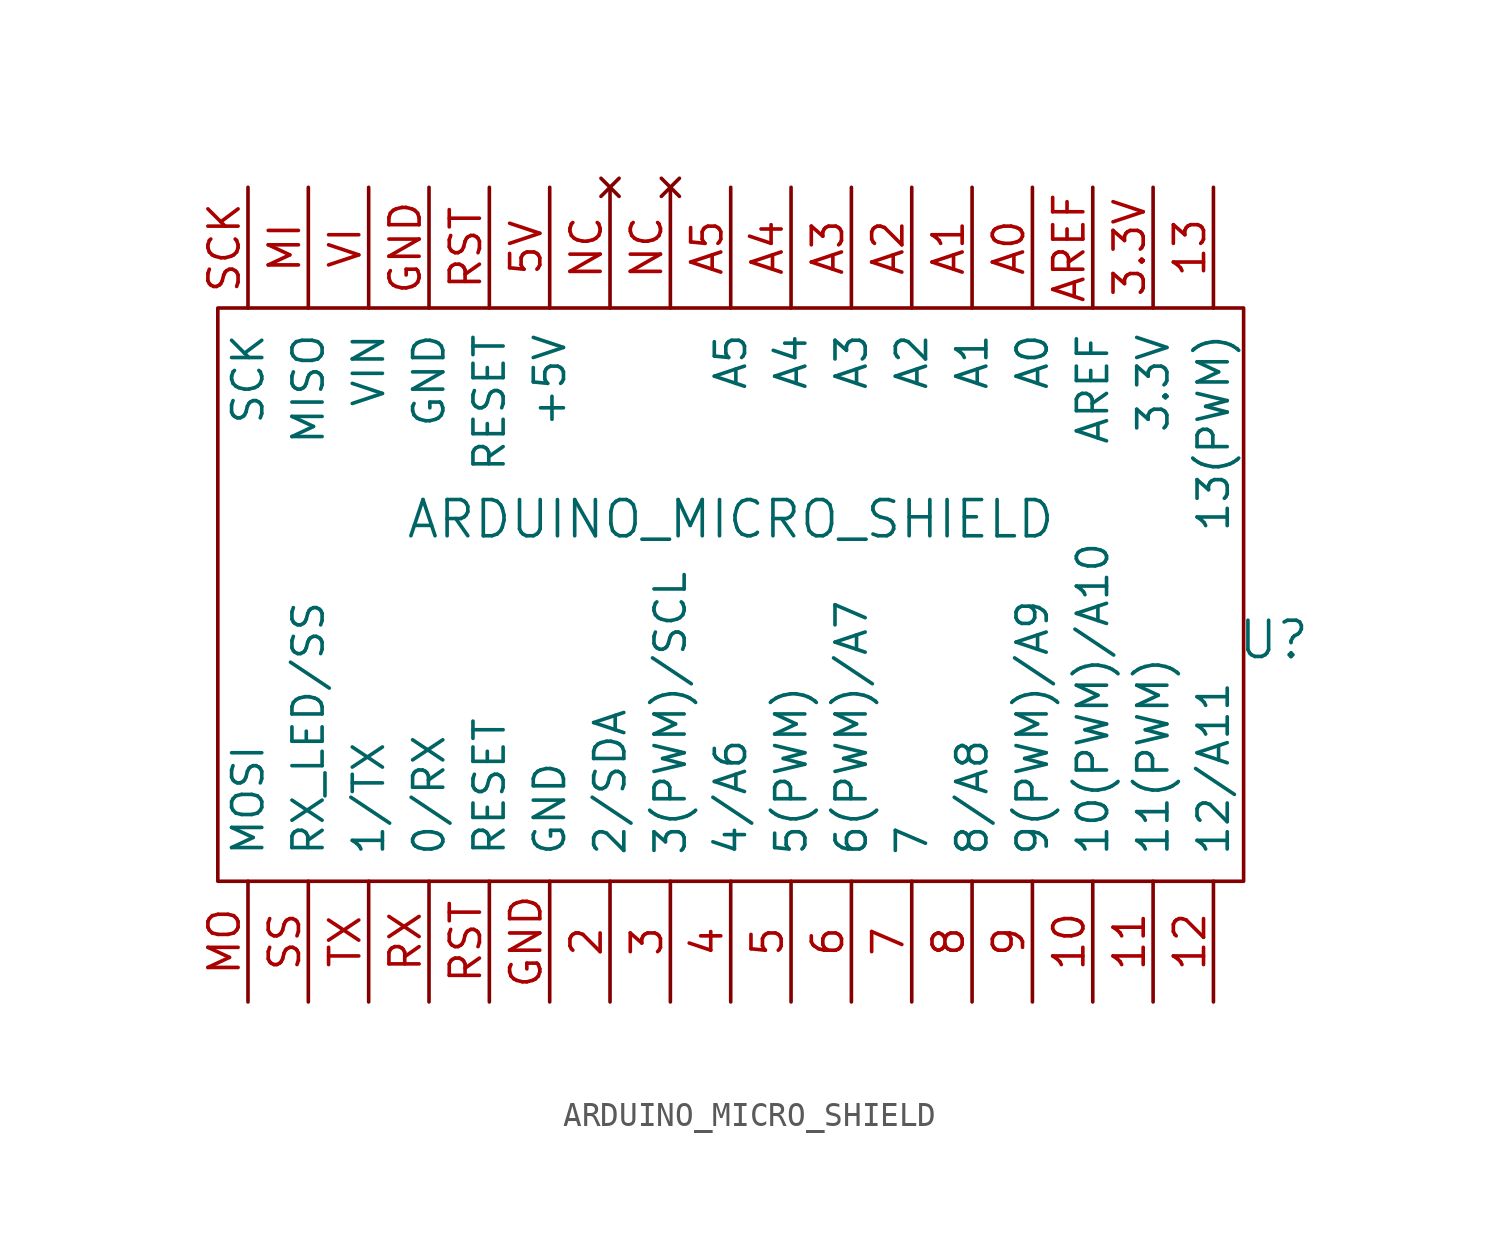
<source format=kicad_sym>
(kicad_symbol_lib
  (version 20211014)
  (generator kicad_symbol_editor)
  (symbol "ARDUINO_MICRO_SHIELD"
    (pin_names
      (offset 1.016))
    (property "Reference" "U"
      (at 44.45 10.16 0)
      (effects (font (size 1.524 1.524))))
    (property "Value" "ARDUINO_MICRO_SHIELD"
      (at 21.59 15.24 0)
      (effects (font (size 1.524 1.524))))
    (property "Footprint" ""
      (at 10.16 -1.27 0)
      (effects (font (size 1.524 1.524))))
    (property "Datasheet" ""
      (at 10.16 -1.27 0)
      (effects (font (size 1.524 1.524))))
    (symbol "ARDUINO_MICRO_SHIELD_0_1"
      (rectangle (start 0 0) (end 43.18 24.13) (stroke (width 0) (type default) (color 0 0 0 0)) (fill (type none))))
    (symbol "ARDUINO_MICRO_SHIELD_1_1"
      (pin bidirectional line (at 36.83 -5.08 90) (length 5.08) (name "10(PWM)/A10" (effects (font (size 1.27 1.27)))) (number "10" (effects (font (size 1.27 1.27)))))
      (pin bidirectional line (at 39.37 -5.08 90) (length 5.08) (name "11(PWM)" (effects (font (size 1.27 1.27)))) (number "11" (effects (font (size 1.27 1.27)))))
      (pin bidirectional line (at 41.91 -5.08 90) (length 5.08) (name "12/A11" (effects (font (size 1.27 1.27)))) (number "12" (effects (font (size 1.27 1.27)))))
      (pin bidirectional line (at 41.91 29.21 270) (length 5.08) (name "13(PWM)" (effects (font (size 1.27 1.27)))) (number "13" (effects (font (size 1.27 1.27)))))
      (pin bidirectional line (at 16.51 -5.08 90) (length 5.08) (name "2/SDA" (effects (font (size 1.27 1.27)))) (number "2" (effects (font (size 1.27 1.27)))))
      (pin bidirectional line (at 19.05 -5.08 90) (length 5.08) (name "3(PWM)/SCL" (effects (font (size 1.27 1.27)))) (number "3" (effects (font (size 1.27 1.27)))))
      (pin power_in line (at 39.37 29.21 270) (length 5.08) (name "3.3V" (effects (font (size 1.27 1.27)))) (number "3.3V" (effects (font (size 1.27 1.27)))))
      (pin bidirectional line (at 21.59 -5.08 90) (length 5.08) (name "4/A6" (effects (font (size 1.27 1.27)))) (number "4" (effects (font (size 1.27 1.27)))))
      (pin bidirectional line (at 24.13 -5.08 90) (length 5.08) (name "5(PWM)" (effects (font (size 1.27 1.27)))) (number "5" (effects (font (size 1.27 1.27)))))
      (pin power_in line (at 13.97 29.21 270) (length 5.08) (name "+5V" (effects (font (size 1.27 1.27)))) (number "5V" (effects (font (size 1.27 1.27)))))
      (pin bidirectional line (at 26.67 -5.08 90) (length 5.08) (name "6(PWM)/A7" (effects (font (size 1.27 1.27)))) (number "6" (effects (font (size 1.27 1.27)))))
      (pin bidirectional line (at 29.21 -5.08 90) (length 5.08) (name "7" (effects (font (size 1.27 1.27)))) (number "7" (effects (font (size 1.27 1.27)))))
      (pin bidirectional line (at 31.75 -5.08 90) (length 5.08) (name "8/A8" (effects (font (size 1.27 1.27)))) (number "8" (effects (font (size 1.27 1.27)))))
      (pin bidirectional line (at 34.29 -5.08 90) (length 5.08) (name "9(PWM)/A9" (effects (font (size 1.27 1.27)))) (number "9" (effects (font (size 1.27 1.27)))))
      (pin bidirectional line (at 34.29 29.21 270) (length 5.08) (name "A0" (effects (font (size 1.27 1.27)))) (number "A0" (effects (font (size 1.27 1.27)))))
      (pin bidirectional line (at 31.75 29.21 270) (length 5.08) (name "A1" (effects (font (size 1.27 1.27)))) (number "A1" (effects (font (size 1.27 1.27)))))
      (pin bidirectional line (at 29.21 29.21 270) (length 5.08) (name "A2" (effects (font (size 1.27 1.27)))) (number "A2" (effects (font (size 1.27 1.27)))))
      (pin bidirectional line (at 26.67 29.21 270) (length 5.08) (name "A3" (effects (font (size 1.27 1.27)))) (number "A3" (effects (font (size 1.27 1.27)))))
      (pin bidirectional line (at 24.13 29.21 270) (length 5.08) (name "A4" (effects (font (size 1.27 1.27)))) (number "A4" (effects (font (size 1.27 1.27)))))
      (pin bidirectional line (at 21.59 29.21 270) (length 5.08) (name "A5" (effects (font (size 1.27 1.27)))) (number "A5" (effects (font (size 1.27 1.27)))))
      (pin power_in line (at 36.83 29.21 270) (length 5.08) (name "AREF" (effects (font (size 1.27 1.27)))) (number "AREF" (effects (font (size 1.27 1.27)))))
      (pin power_in line (at 8.89 29.21 270) (length 5.08) (name "GND" (effects (font (size 1.27 1.27)))) (number "GND" (effects (font (size 1.27 1.27)))))
      (pin power_in line (at 13.97 -5.08 90) (length 5.08) (name "GND" (effects (font (size 1.27 1.27)))) (number "GND" (effects (font (size 1.27 1.27)))))
      (pin bidirectional line (at 3.81 29.21 270) (length 5.08) (name "MISO" (effects (font (size 1.27 1.27)))) (number "MI" (effects (font (size 1.27 1.27)))))
      (pin bidirectional line (at 1.27 -5.08 90) (length 5.08) (name "MOSI" (effects (font (size 1.27 1.27)))) (number "MO" (effects (font (size 1.27 1.27)))))
      (pin no_connect line (at 16.51 29.21 270) (length 5.08) (name "~" (effects (font (size 1.27 1.27)))) (number "NC" (effects (font (size 1.27 1.27)))))
      (pin no_connect line (at 19.05 29.21 270) (length 5.08) (name "~" (effects (font (size 1.27 1.27)))) (number "NC" (effects (font (size 1.27 1.27)))))
      (pin bidirectional line (at 11.43 -5.08 90) (length 5.08) (name "RESET" (effects (font (size 1.27 1.27)))) (number "RST" (effects (font (size 1.27 1.27)))))
      (pin bidirectional line (at 11.43 29.21 270) (length 5.08) (name "RESET" (effects (font (size 1.27 1.27)))) (number "RST" (effects (font (size 1.27 1.27)))))
      (pin bidirectional line (at 8.89 -5.08 90) (length 5.08) (name "0/RX" (effects (font (size 1.27 1.27)))) (number "RX" (effects (font (size 1.27 1.27)))))
      (pin bidirectional line (at 1.27 29.21 270) (length 5.08) (name "SCK" (effects (font (size 1.27 1.27)))) (number "SCK" (effects (font (size 1.27 1.27)))))
      (pin bidirectional line (at 3.81 -5.08 90) (length 5.08) (name "RX_LED/SS" (effects (font (size 1.27 1.27)))) (number "SS" (effects (font (size 1.27 1.27)))))
      (pin bidirectional line (at 6.35 -5.08 90) (length 5.08) (name "1/TX" (effects (font (size 1.27 1.27)))) (number "TX" (effects (font (size 1.27 1.27)))))
      (pin power_in line (at 6.35 29.21 270) (length 5.08) (name "VIN" (effects (font (size 1.27 1.27)))) (number "VI" (effects (font (size 1.27 1.27))))))))
</source>
